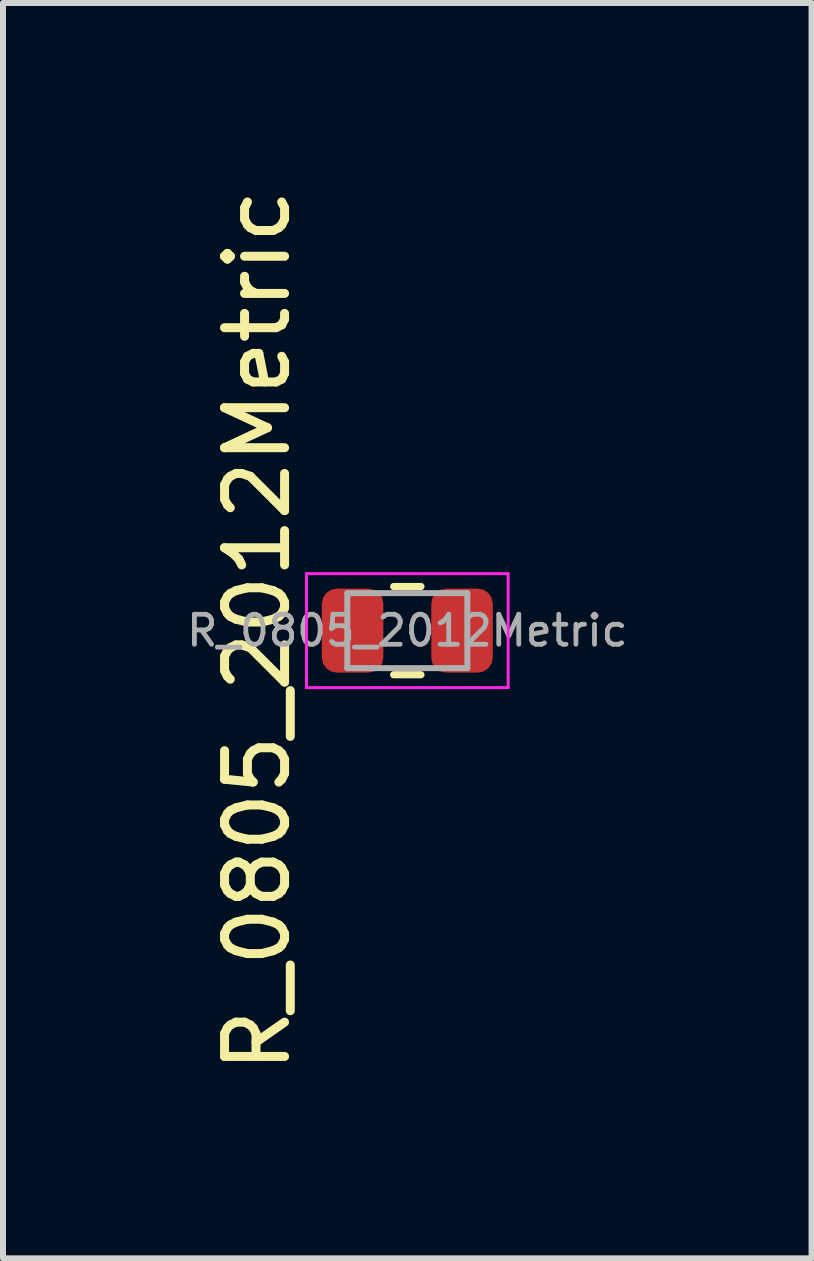
<source format=kicad_pcb>
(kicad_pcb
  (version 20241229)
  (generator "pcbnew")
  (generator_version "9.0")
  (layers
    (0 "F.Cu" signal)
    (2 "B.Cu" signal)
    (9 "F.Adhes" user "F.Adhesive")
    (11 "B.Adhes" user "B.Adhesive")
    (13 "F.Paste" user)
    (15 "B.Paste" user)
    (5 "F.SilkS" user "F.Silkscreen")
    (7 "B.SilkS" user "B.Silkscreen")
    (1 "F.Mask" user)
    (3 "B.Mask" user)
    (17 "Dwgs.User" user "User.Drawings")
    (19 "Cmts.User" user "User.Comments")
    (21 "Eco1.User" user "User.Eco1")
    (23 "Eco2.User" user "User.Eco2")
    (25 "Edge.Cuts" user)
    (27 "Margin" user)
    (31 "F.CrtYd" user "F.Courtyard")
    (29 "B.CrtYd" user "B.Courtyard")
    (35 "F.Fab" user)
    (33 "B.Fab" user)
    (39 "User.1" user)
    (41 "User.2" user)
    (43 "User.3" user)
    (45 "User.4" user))
  (footprint "R_0805_2012Metric"
    (layer "F.Cu")
    (at 3.737 7.458)
    (property "Reference" "R_0805_2012Metric" (at -2.5 0 270) (layer "F.SilkS") (effects (font (size 1 1) (thickness 0.15))))
    (attr smd)
    (fp_line (start -0.227 -0.735) (end 0.227 -0.735) (stroke (width 0.12) (type solid)) (layer "F.SilkS"))
    (fp_line (start -0.227 0.735) (end 0.227 0.735) (stroke (width 0.12) (type solid)) (layer "F.SilkS"))
    (fp_line (start -1.68 -0.95) (end 1.68 -0.95) (stroke (width 0.05) (type solid)) (layer "F.CrtYd"))
    (fp_line (start -1.68 0.95) (end -1.68 -0.95) (stroke (width 0.05) (type solid)) (layer "F.CrtYd"))
    (fp_line (start 1.68 -0.95) (end 1.68 0.95) (stroke (width 0.05) (type solid)) (layer "F.CrtYd"))
    (fp_line (start 1.68 0.95) (end -1.68 0.95) (stroke (width 0.05) (type solid)) (layer "F.CrtYd"))
    (fp_line (start -1 -0.625) (end 1 -0.625) (stroke (width 0.1) (type solid)) (layer "F.Fab"))
    (fp_line (start -1 0.625) (end -1 -0.625) (stroke (width 0.1) (type solid)) (layer "F.Fab"))
    (fp_line (start 1 -0.625) (end 1 0.625) (stroke (width 0.1) (type solid)) (layer "F.Fab"))
    (fp_line (start 1 0.625) (end -1 0.625) (stroke (width 0.1) (type solid)) (layer "F.Fab"))
    (fp_text user "${REFERENCE}" (at 0 0 180) (layer "F.Fab") (effects (font (size 0.5 0.5) (thickness 0.08))))
    (pad "1" smd roundrect (at -0.912 0) (size 1.025 1.4) (layers "F.Cu" "F.Mask" "F.Paste") (roundrect_rratio 0.244))
    (pad "2" smd roundrect (at 0.912 0) (size 1.025 1.4) (layers "F.Cu" "F.Mask" "F.Paste") (roundrect_rratio 0.244)))
  (gr_rect
    (start -3 -3)
    (end 10.473 17.917)
    (stroke (width 0.1) (type default))
    (fill no)
    (layer "Edge.Cuts")))
</source>
